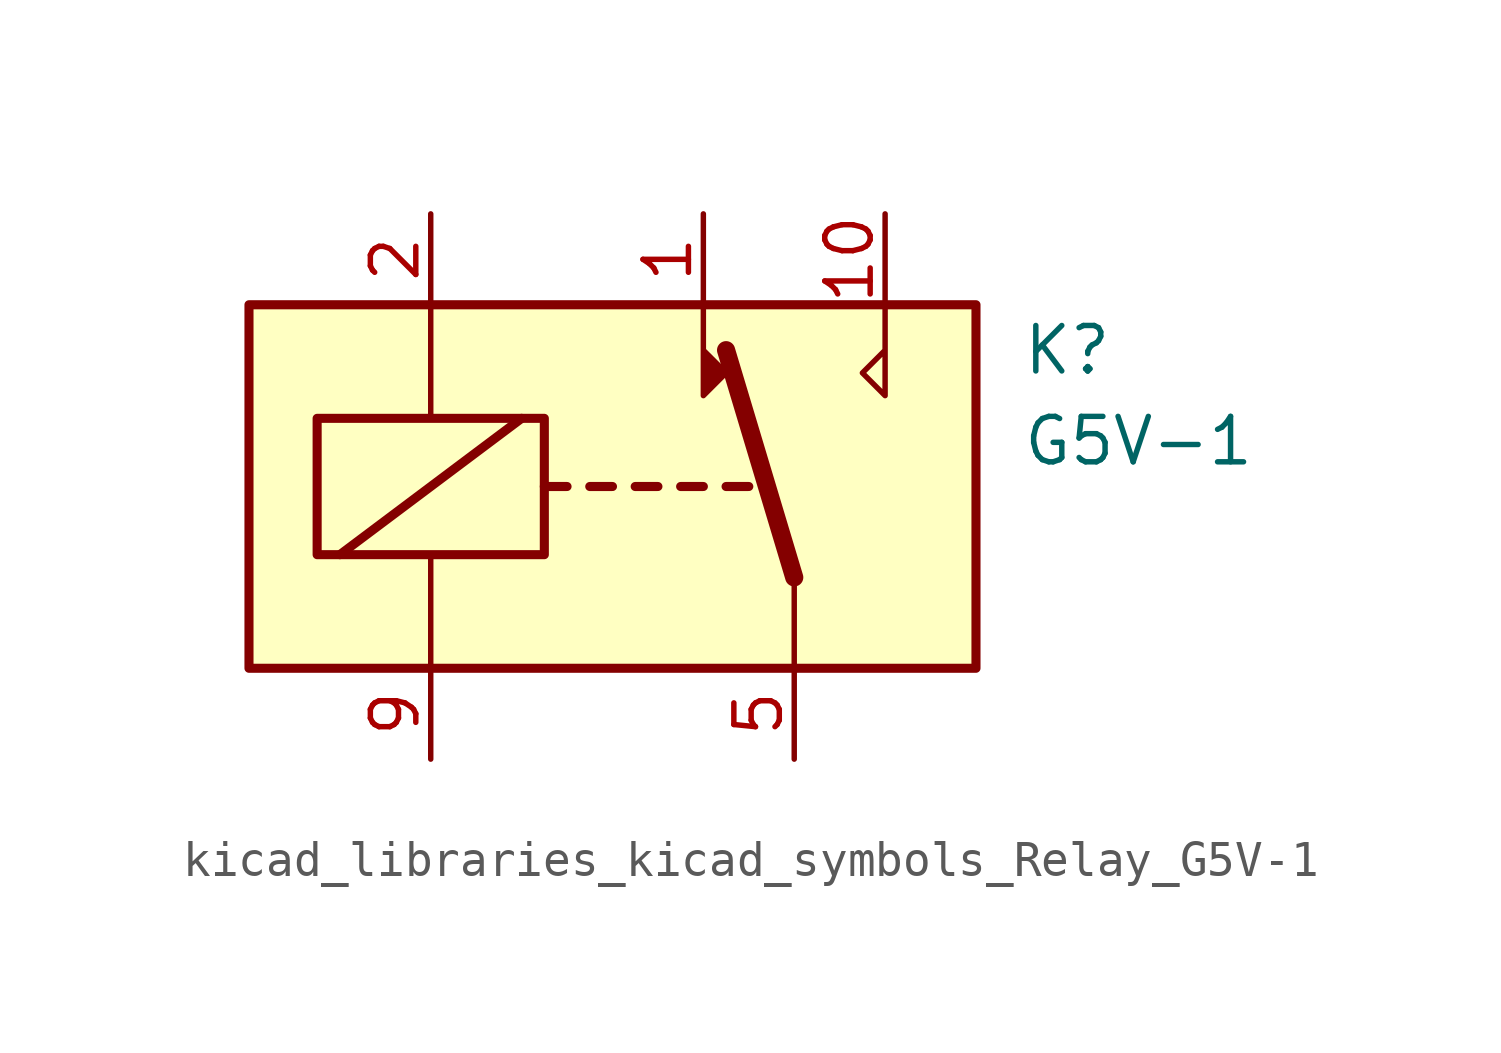
<source format=kicad_sym>
(kicad_symbol_lib
  (version 20220914)
  (generator kicad_symbol_editor)
  (symbol "kicad_libraries_kicad_symbols_Relay_G5V-1"
    (property "Reference" "K"
      (at 11.43 3.81 0)
      (effects (font (size 1.27 1.27)) (justify left)))
    (property "Value" "G5V-1"
      (at 11.43 1.27 0)
      (effects (font (size 1.27 1.27)) (justify left)))
    (symbol "kicad_libraries_kicad_symbols_Relay_G5V-1_0_0"
      (polyline (pts (xy 7.62 5.08) (xy 7.62 2.54) (xy 6.985 3.175) (xy 7.62 3.81)) (stroke (width 0) (type default)) (fill (type none))))
    (symbol "kicad_libraries_kicad_symbols_Relay_G5V-1_0_1"
      (rectangle (start -10.16 5.08) (end 10.16 -5.08) (stroke (width 0.254) (type default)) (fill (type background)))
      (rectangle (start -8.255 1.905) (end -1.905 -1.905) (stroke (width 0.254) (type default)) (fill (type none)))
      (polyline (pts (xy -7.62 -1.905) (xy -2.54 1.905)) (stroke (width 0.254) (type default)) (fill (type none)))
      (polyline (pts (xy -5.08 -5.08) (xy -5.08 -1.905)) (stroke (width 0) (type default)) (fill (type none)))
      (polyline (pts (xy -5.08 5.08) (xy -5.08 1.905)) (stroke (width 0) (type default)) (fill (type none)))
      (polyline (pts (xy -1.905 0) (xy -1.27 0)) (stroke (width 0.254) (type default)) (fill (type none)))
      (polyline (pts (xy -0.635 0) (xy 0 0)) (stroke (width 0.254) (type default)) (fill (type none)))
      (polyline (pts (xy 0.635 0) (xy 1.27 0)) (stroke (width 0.254) (type default)) (fill (type none)))
      (polyline (pts (xy 1.905 0) (xy 2.54 0)) (stroke (width 0.254) (type default)) (fill (type none)))
      (polyline (pts (xy 3.175 0) (xy 3.81 0)) (stroke (width 0.254) (type default)) (fill (type none)))
      (polyline (pts (xy 5.08 -2.54) (xy 3.175 3.81)) (stroke (width 0.508) (type default)) (fill (type none)))
      (polyline (pts (xy 5.08 -2.54) (xy 5.08 -5.08)) (stroke (width 0) (type default)) (fill (type none)))
      (polyline (pts (xy 2.54 5.08) (xy 2.54 2.54) (xy 3.175 3.175) (xy 2.54 3.81)) (stroke (width 0) (type default)) (fill (type outline))))
    (symbol "kicad_libraries_kicad_symbols_Relay_G5V-1_1_1"
      (pin passive line (at 2.54 7.62 270) (length 2.54) (name "~" (effects (font (size 1.27 1.27)))) (number "1" (effects (font (size 1.27 1.27)))))
      (pin passive line (at 7.62 7.62 270) (length 2.54) (name "~" (effects (font (size 1.27 1.27)))) (number "10" (effects (font (size 1.27 1.27)))))
      (pin passive line (at -5.08 7.62 270) (length 2.54) (name "~" (effects (font (size 1.27 1.27)))) (number "2" (effects (font (size 1.27 1.27)))))
      (pin passive line (at 5.08 -7.62 90) (length 2.54) (name "~" (effects (font (size 1.27 1.27)))) (number "5" (effects (font (size 1.27 1.27)))))
      (pin passive line (at 5.08 -7.62 90) (length 2.54) hide (name "~" (effects (font (size 1.27 1.27)))) (number "6" (effects (font (size 1.27 1.27)))))
      (pin passive line (at -5.08 -7.62 90) (length 2.54) (name "~" (effects (font (size 1.27 1.27)))) (number "9" (effects (font (size 1.27 1.27))))))))
</source>
